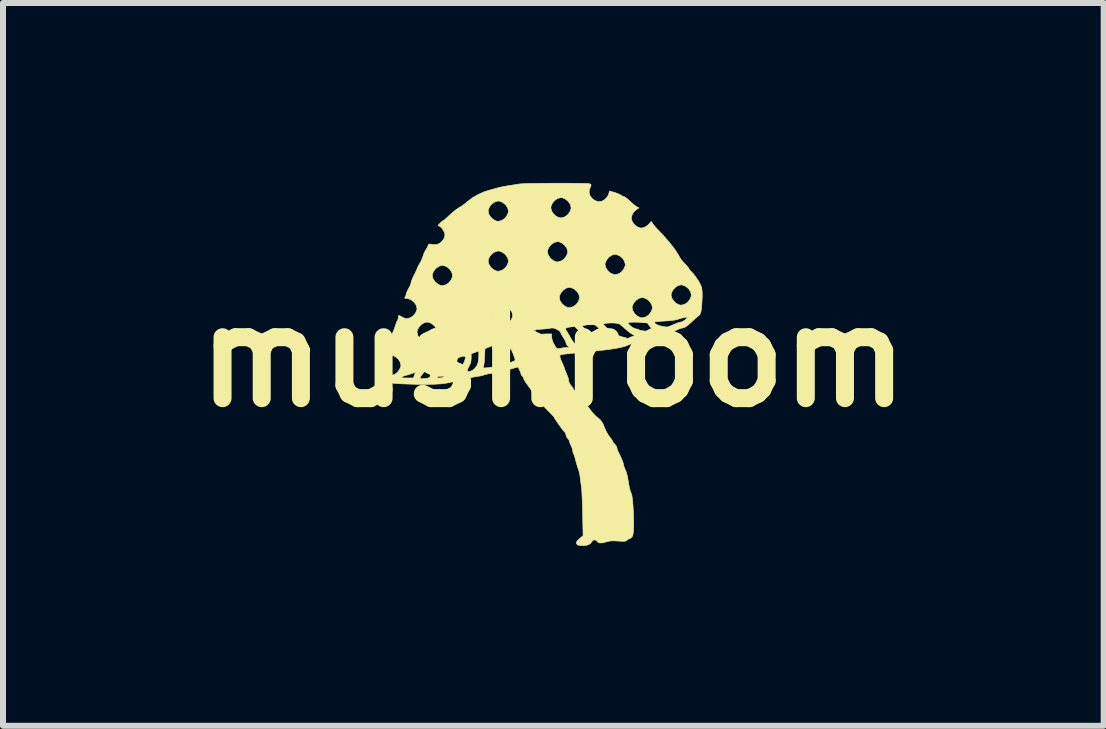
<source format=kicad_pcb>
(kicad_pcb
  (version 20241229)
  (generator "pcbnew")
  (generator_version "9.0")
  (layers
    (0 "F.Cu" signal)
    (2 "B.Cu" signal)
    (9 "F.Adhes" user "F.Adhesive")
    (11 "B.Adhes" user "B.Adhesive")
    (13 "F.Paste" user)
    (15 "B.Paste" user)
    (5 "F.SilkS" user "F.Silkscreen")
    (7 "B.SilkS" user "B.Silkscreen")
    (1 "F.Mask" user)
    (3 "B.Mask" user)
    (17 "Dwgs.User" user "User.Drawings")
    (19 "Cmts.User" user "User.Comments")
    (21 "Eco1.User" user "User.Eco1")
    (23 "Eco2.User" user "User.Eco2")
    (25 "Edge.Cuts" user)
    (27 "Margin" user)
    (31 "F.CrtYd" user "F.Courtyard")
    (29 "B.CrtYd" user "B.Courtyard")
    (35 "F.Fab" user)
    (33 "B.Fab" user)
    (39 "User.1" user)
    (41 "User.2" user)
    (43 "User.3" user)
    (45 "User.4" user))
  (footprint "mushroom"
    (layer "F.Cu")
    (at 6.176 2.899)
    (property "Reference" "mushroom" (at 0 0 0) (layer "F.SilkS") (effects (font (size 1.524 1.524) (thickness 0.3))))
    (attr through_hole)
    (fp_poly (pts (xy -0.296 -0.431) (xy -0.304 -0.424) (xy -0.311 -0.431) (xy -0.304 -0.438) (xy -0.296 -0.431)) (stroke (width 0.01) (type solid)) (fill yes) (layer "F.SilkS"))
    (fp_poly (pts (xy 0.231 -2.894) (xy 0.334 -2.893) (xy 0.426 -2.892) (xy 0.503 -2.891) (xy 0.561 -2.889) (xy 0.597 -2.887) (xy 0.604 -2.885) (xy 0.628 -2.872) (xy 0.627 -2.854) (xy 0.615 -2.823) (xy 0.603 -2.795) (xy 0.596 -2.741) (xy 0.611 -2.689) (xy 0.644 -2.642) (xy 0.69 -2.607) (xy 0.744 -2.588) (xy 0.8 -2.59) (xy 0.845 -2.613) (xy 0.887 -2.652) (xy 0.918 -2.698) (xy 0.926 -2.723) (xy 0.935 -2.764) (xy 1.015 -2.742) (xy 1.065 -2.725) (xy 1.109 -2.706) (xy 1.128 -2.694) (xy 1.159 -2.676) (xy 1.182 -2.668) (xy 1.202 -2.659) (xy 1.234 -2.634) (xy 1.272 -2.599) (xy 1.274 -2.597) (xy 1.317 -2.557) (xy 1.358 -2.524) (xy 1.388 -2.504) (xy 1.429 -2.482) (xy 1.386 -2.456) (xy 1.342 -2.417) (xy 1.311 -2.365) (xy 1.299 -2.313) (xy 1.312 -2.261) (xy 1.345 -2.212) (xy 1.391 -2.172) (xy 1.443 -2.149) (xy 1.468 -2.146) (xy 1.518 -2.158) (xy 1.568 -2.188) (xy 1.607 -2.227) (xy 1.627 -2.252) (xy 1.637 -2.255) (xy 1.645 -2.239) (xy 1.646 -2.238) (xy 1.66 -2.215) (xy 1.689 -2.179) (xy 1.726 -2.137) (xy 1.738 -2.125) (xy 1.855 -2) (xy 1.951 -1.888) (xy 2.028 -1.787) (xy 2.088 -1.694) (xy 2.106 -1.659) (xy 2.13 -1.624) (xy 2.165 -1.581) (xy 2.195 -1.549) (xy 2.228 -1.514) (xy 2.251 -1.486) (xy 2.259 -1.472) (xy 2.269 -1.454) (xy 2.289 -1.432) (xy 2.33 -1.389) (xy 2.374 -1.332) (xy 2.416 -1.27) (xy 2.449 -1.213) (xy 2.465 -1.177) (xy 2.476 -1.134) (xy 2.481 -1.081) (xy 2.482 -1.01) (xy 2.48 -0.963) (xy 2.475 -0.87) (xy 2.469 -0.801) (xy 2.461 -0.752) (xy 2.45 -0.718) (xy 2.434 -0.695) (xy 2.417 -0.681) (xy 2.388 -0.658) (xy 2.349 -0.623) (xy 2.31 -0.586) (xy 2.245 -0.527) (xy 2.193 -0.492) (xy 2.152 -0.48) (xy 2.151 -0.48) (xy 2.127 -0.475) (xy 2.089 -0.461) (xy 2.072 -0.453) (xy 2.022 -0.432) (xy 1.973 -0.415) (xy 1.963 -0.411) (xy 1.922 -0.4) (xy 1.868 -0.383) (xy 1.821 -0.369) (xy 1.767 -0.354) (xy 1.695 -0.337) (xy 1.619 -0.32) (xy 1.58 -0.312) (xy 1.436 -0.276) (xy 1.319 -0.228) (xy 1.276 -0.208) (xy 1.234 -0.19) (xy 1.191 -0.175) (xy 1.142 -0.161) (xy 1.087 -0.149) (xy 1.021 -0.137) (xy 0.943 -0.125) (xy 0.848 -0.113) (xy 0.735 -0.101) (xy 0.601 -0.087) (xy 0.443 -0.072) (xy 0.366 -0.064) (xy 0.289 -0.056) (xy 0.22 -0.049) (xy 0.167 -0.042) (xy 0.132 -0.037) (xy 0.124 -0.035) (xy 0.11 -0.022) (xy 0.109 0.002) (xy 0.122 0.043) (xy 0.148 0.104) (xy 0.15 0.107) (xy 0.168 0.149) (xy 0.181 0.179) (xy 0.184 0.19) (xy 0.189 0.209) (xy 0.201 0.241) (xy 0.203 0.245) (xy 0.228 0.305) (xy 0.244 0.345) (xy 0.252 0.374) (xy 0.254 0.396) (xy 0.254 0.4) (xy 0.263 0.43) (xy 0.285 0.467) (xy 0.296 0.481) (xy 0.321 0.513) (xy 0.336 0.538) (xy 0.338 0.544) (xy 0.348 0.559) (xy 0.372 0.591) (xy 0.408 0.633) (xy 0.442 0.671) (xy 0.495 0.731) (xy 0.549 0.796) (xy 0.596 0.857) (xy 0.614 0.881) (xy 0.652 0.93) (xy 0.69 0.972) (xy 0.721 1.001) (xy 0.727 1.004) (xy 0.783 1.05) (xy 0.828 1.117) (xy 0.858 1.191) (xy 0.884 1.249) (xy 0.918 1.308) (xy 0.936 1.332) (xy 0.965 1.369) (xy 0.983 1.398) (xy 0.988 1.411) (xy 0.998 1.43) (xy 1.022 1.455) (xy 1.024 1.457) (xy 1.048 1.486) (xy 1.059 1.514) (xy 1.059 1.515) (xy 1.066 1.547) (xy 1.079 1.579) (xy 1.107 1.634) (xy 1.133 1.692) (xy 1.155 1.745) (xy 1.169 1.786) (xy 1.172 1.803) (xy 1.178 1.832) (xy 1.194 1.871) (xy 1.201 1.885) (xy 1.219 1.931) (xy 1.234 1.989) (xy 1.242 2.033) (xy 1.254 2.112) (xy 1.269 2.183) (xy 1.283 2.239) (xy 1.297 2.276) (xy 1.302 2.283) (xy 1.308 2.304) (xy 1.315 2.349) (xy 1.322 2.41) (xy 1.328 2.485) (xy 1.333 2.567) (xy 1.337 2.651) (xy 1.339 2.732) (xy 1.339 2.804) (xy 1.338 2.848) (xy 1.334 2.915) (xy 1.328 2.961) (xy 1.318 2.991) (xy 1.307 3.007) (xy 1.282 3.028) (xy 1.263 3.036) (xy 1.241 3.045) (xy 1.227 3.058) (xy 1.214 3.069) (xy 1.192 3.075) (xy 1.157 3.076) (xy 1.101 3.073) (xy 1.079 3.072) (xy 1.005 3.068) (xy 0.95 3.07) (xy 0.906 3.079) (xy 0.888 3.084) (xy 0.818 3.103) (xy 0.767 3.103) (xy 0.735 3.084) (xy 0.731 3.078) (xy 0.703 3.054) (xy 0.672 3.053) (xy 0.646 3.074) (xy 0.642 3.081) (xy 0.619 3.112) (xy 0.593 3.13) (xy 0.556 3.142) (xy 0.507 3.147) (xy 0.457 3.147) (xy 0.417 3.141) (xy 0.398 3.132) (xy 0.383 3.109) (xy 0.388 3.084) (xy 0.414 3.053) (xy 0.439 3.031) (xy 0.496 2.982) (xy 0.489 2.624) (xy 0.487 2.52) (xy 0.483 2.419) (xy 0.479 2.328) (xy 0.475 2.25) (xy 0.471 2.193) (xy 0.468 2.167) (xy 0.459 2.102) (xy 0.45 2.035) (xy 0.445 1.991) (xy 0.436 1.938) (xy 0.423 1.89) (xy 0.416 1.871) (xy 0.403 1.835) (xy 0.388 1.784) (xy 0.373 1.73) (xy 0.36 1.679) (xy 0.347 1.639) (xy 0.337 1.618) (xy 0.337 1.617) (xy 0.327 1.594) (xy 0.325 1.571) (xy 0.318 1.538) (xy 0.303 1.495) (xy 0.296 1.482) (xy 0.279 1.444) (xy 0.269 1.414) (xy 0.268 1.408) (xy 0.259 1.384) (xy 0.24 1.362) (xy 0.218 1.332) (xy 0.212 1.306) (xy 0.202 1.272) (xy 0.19 1.256) (xy 0.173 1.238) (xy 0.146 1.203) (xy 0.114 1.16) (xy 0.08 1.113) (xy 0.049 1.068) (xy 0.026 1.033) (xy 0.015 1.012) (xy 0.014 1.01) (xy 0.005 0.996) (xy -0.021 0.968) (xy -0.06 0.928) (xy -0.107 0.88) (xy -0.109 0.878) (xy -0.167 0.818) (xy -0.225 0.752) (xy -0.275 0.689) (xy -0.303 0.649) (xy -0.344 0.589) (xy -0.389 0.525) (xy -0.428 0.471) (xy -0.434 0.463) (xy -0.464 0.421) (xy -0.485 0.385) (xy -0.494 0.363) (xy -0.494 0.363) (xy -0.504 0.337) (xy -0.515 0.325) (xy -0.533 0.304) (xy -0.537 0.293) (xy -0.542 0.275) (xy -0.554 0.242) (xy -0.57 0.206) (xy -0.583 0.178) (xy -0.587 0.172) (xy -0.601 0.173) (xy -0.634 0.181) (xy -0.666 0.191) (xy -0.758 0.217) (xy -0.854 0.242) (xy -0.944 0.261) (xy -1.019 0.274) (xy -1.032 0.276) (xy -1.086 0.284) (xy -1.138 0.297) (xy -1.158 0.303) (xy -1.2 0.315) (xy -1.256 0.326) (xy -1.291 0.331) (xy -1.34 0.339) (xy -1.379 0.348) (xy -1.397 0.354) (xy -1.42 0.363) (xy -1.464 0.374) (xy -1.518 0.385) (xy -1.532 0.387) (xy -1.595 0.4) (xy -1.657 0.412) (xy -1.705 0.423) (xy -1.708 0.424) (xy -1.785 0.439) (xy -1.876 0.451) (xy -1.985 0.457) (xy -2.114 0.46) (xy -2.266 0.459) (xy -2.34 0.457) (xy -2.434 0.454) (xy -2.517 0.451) (xy -2.587 0.447) (xy -2.639 0.443) (xy -2.67 0.44) (xy -2.676 0.438) (xy -2.692 0.433) (xy -2.728 0.432) (xy -2.774 0.434) (xy -2.829 0.437) (xy -2.868 0.433) (xy -2.895 0.419) (xy -2.911 0.391) (xy -2.917 0.354) (xy -2.224 0.354) (xy -2.221 0.364) (xy -2.201 0.366) (xy -2.159 0.365) (xy -2.152 0.364) (xy -2.094 0.357) (xy -2.068 0.345) (xy -1.939 0.345) (xy -1.92 0.352) (xy -1.908 0.353) (xy -1.867 0.35) (xy -1.841 0.345) (xy -1.815 0.325) (xy -1.798 0.298) (xy -1.676 0.298) (xy -1.655 0.301) (xy -1.62 0.295) (xy -1.581 0.288) (xy -1.554 0.284) (xy -1.55 0.283) (xy -1.542 0.27) (xy -1.539 0.241) (xy -1.436 0.241) (xy -1.426 0.249) (xy -1.397 0.246) (xy -1.394 0.245) (xy -1.35 0.227) (xy -1.307 0.192) (xy -1.304 0.189) (xy -1.299 0.182) (xy -1.173 0.182) (xy -1.162 0.186) (xy -1.132 0.185) (xy -1.079 0.18) (xy -1.076 0.18) (xy -1.023 0.173) (xy -0.982 0.165) (xy -0.96 0.159) (xy -0.959 0.158) (xy -0.941 0.121) (xy -0.93 0.064) (xy -0.925 -0.007) (xy -0.926 -0.086) (xy -0.935 -0.165) (xy -0.94 -0.196) (xy -0.948 -0.219) (xy -0.96 -0.217) (xy -0.972 -0.206) (xy -0.997 -0.189) (xy -1.01 -0.184) (xy -1.03 -0.179) (xy -1.066 -0.166) (xy -1.082 -0.159) (xy -1.14 -0.135) (xy -1.147 0.009) (xy -1.151 0.072) (xy -1.157 0.125) (xy -1.164 0.161) (xy -1.169 0.173) (xy -1.173 0.182) (xy -1.299 0.182) (xy -1.273 0.145) (xy -1.253 0.092) (xy -1.244 0.022) (xy -1.243 -0.031) (xy -1.242 -0.097) (xy -1.306 -0.074) (xy -1.37 -0.05) (xy -1.37 0.026) (xy -1.377 0.096) (xy -1.396 0.139) (xy -1.418 0.179) (xy -1.431 0.215) (xy -1.436 0.241) (xy -1.539 0.241) (xy -1.539 0.24) (xy -1.539 0.236) (xy -1.532 0.197) (xy -1.515 0.148) (xy -1.504 0.124) (xy -1.483 0.079) (xy -1.47 0.037) (xy -1.468 0.021) (xy -1.471 -0.004) (xy -1.484 -0.011) (xy -1.514 -0.007) (xy -1.562 0.006) (xy -1.591 0.022) (xy -1.605 0.048) (xy -1.609 0.092) (xy -1.61 0.125) (xy -1.611 0.179) (xy -1.616 0.213) (xy -1.629 0.237) (xy -1.645 0.254) (xy -1.672 0.283) (xy -1.676 0.298) (xy -1.798 0.298) (xy -1.789 0.284) (xy -1.782 0.27) (xy -1.761 0.228) (xy -1.74 0.195) (xy -1.731 0.185) (xy -1.715 0.156) (xy -1.708 0.112) (xy -1.71 0.078) (xy -1.718 0.065) (xy -1.74 0.067) (xy -1.752 0.071) (xy -1.814 0.092) (xy -1.854 0.113) (xy -1.878 0.141) (xy -1.891 0.17) (xy -1.901 0.213) (xy -1.906 0.248) (xy -1.906 0.251) (xy -1.911 0.279) (xy -1.918 0.288) (xy -1.932 0.307) (xy -1.938 0.325) (xy -1.939 0.345) (xy -2.068 0.345) (xy -2.063 0.343) (xy -2.06 0.339) (xy -2.037 0.29) (xy -2.016 0.236) (xy -2.003 0.19) (xy -2.002 0.183) (xy -1.996 0.147) (xy -2.057 0.167) (xy -2.093 0.181) (xy -2.115 0.194) (xy -2.118 0.199) (xy -2.126 0.216) (xy -2.148 0.245) (xy -2.158 0.257) (xy -2.188 0.294) (xy -2.212 0.329) (xy -2.215 0.336) (xy -2.224 0.354) (xy -2.917 0.354) (xy -2.919 0.344) (xy -2.919 0.343) (xy -2.531 0.343) (xy -2.528 0.349) (xy -2.506 0.352) (xy -2.462 0.353) (xy -2.44 0.353) (xy -2.332 0.353) (xy -2.317 0.309) (xy -2.306 0.277) (xy -2.301 0.261) (xy -2.301 0.26) (xy -2.313 0.263) (xy -2.344 0.273) (xy -2.375 0.284) (xy -2.42 0.299) (xy -2.457 0.309) (xy -2.471 0.311) (xy -2.498 0.32) (xy -2.519 0.332) (xy -2.531 0.343) (xy -2.919 0.343) (xy -2.922 0.276) (xy -2.922 0.213) (xy -2.921 0.141) (xy -2.88 0.141) (xy -2.868 0.193) (xy -2.835 0.243) (xy -2.79 0.284) (xy -2.738 0.307) (xy -2.714 0.311) (xy -2.678 0.304) (xy -2.639 0.289) (xy -2.596 0.255) (xy -2.562 0.207) (xy -2.543 0.157) (xy -2.542 0.141) (xy -2.554 0.087) (xy -2.588 0.037) (xy -2.635 -0.003) (xy -2.689 -0.026) (xy -2.714 -0.028) (xy -2.765 -0.015) (xy -2.814 0.018) (xy -2.854 0.064) (xy -2.877 0.116) (xy -2.88 0.141) (xy -2.921 0.141) (xy -2.92 0.114) (xy -2.912 0.037) (xy -2.897 -0.021) (xy -2.875 -0.066) (xy -2.843 -0.102) (xy -2.841 -0.104) (xy -2.818 -0.137) (xy -2.803 -0.185) (xy -2.802 -0.192) (xy -2.793 -0.224) (xy -0.835 -0.224) (xy -0.834 -0.18) (xy -0.829 -0.124) (xy -0.825 -0.057) (xy -0.823 0.005) (xy -0.824 0.055) (xy -0.825 0.067) (xy -0.827 0.104) (xy -0.824 0.125) (xy -0.821 0.127) (xy -0.803 0.123) (xy -0.766 0.112) (xy -0.723 0.098) (xy -0.678 0.081) (xy -0.647 0.067) (xy -0.635 0.058) (xy -0.64 0.038) (xy -0.652 0.001) (xy -0.667 -0.041) (xy -0.682 -0.079) (xy -0.694 -0.104) (xy -0.697 -0.108) (xy -0.702 -0.127) (xy -0.705 -0.164) (xy -0.706 -0.198) (xy -0.705 -0.244) (xy -0.7 -0.269) (xy -0.688 -0.281) (xy -0.667 -0.287) (xy -0.635 -0.294) (xy -0.585 -0.304) (xy -0.526 -0.315) (xy -0.515 -0.317) (xy -0.445 -0.332) (xy -0.371 -0.347) (xy -0.309 -0.361) (xy -0.241 -0.372) (xy -0.167 -0.379) (xy -0.122 -0.381) (xy -0.028 -0.381) (xy -0.028 -0.331) (xy -0.019 -0.278) (xy 0.006 -0.216) (xy 0.042 -0.158) (xy 0.046 -0.153) (xy 0.064 -0.138) (xy 0.091 -0.136) (xy 0.121 -0.142) (xy 0.172 -0.151) (xy 0.221 -0.155) (xy 0.226 -0.155) (xy 0.257 -0.156) (xy 0.264 -0.161) (xy 0.249 -0.173) (xy 0.243 -0.177) (xy 0.219 -0.204) (xy 0.212 -0.228) (xy 0.204 -0.255) (xy 0.184 -0.294) (xy 0.169 -0.318) (xy 0.146 -0.355) (xy 0.13 -0.383) (xy 0.127 -0.392) (xy 0.115 -0.418) (xy 0.084 -0.444) (xy 0.055 -0.459) (xy 0.202 -0.459) (xy 0.208 -0.449) (xy 0.224 -0.425) (xy 0.246 -0.389) (xy 0.251 -0.38) (xy 0.275 -0.338) (xy 0.296 -0.3) (xy 0.299 -0.295) (xy 0.32 -0.263) (xy 0.351 -0.225) (xy 0.36 -0.215) (xy 0.383 -0.191) (xy 0.403 -0.178) (xy 0.428 -0.173) (xy 0.468 -0.175) (xy 0.501 -0.178) (xy 0.551 -0.183) (xy 0.59 -0.188) (xy 0.609 -0.192) (xy 0.61 -0.193) (xy 0.612 -0.209) (xy 0.596 -0.242) (xy 0.561 -0.289) (xy 0.51 -0.348) (xy 0.467 -0.393) (xy 0.355 -0.508) (xy 0.292 -0.499) (xy 0.236 -0.489) (xy 0.207 -0.476) (xy 0.202 -0.459) (xy 0.055 -0.459) (xy 0.042 -0.466) (xy 0.000342 -0.48) (xy -0.034 -0.48) (xy -0.036 -0.48) (xy -0.063 -0.474) (xy -0.109 -0.468) (xy -0.168 -0.463) (xy -0.196 -0.461) (xy -0.272 -0.455) (xy -0.322 -0.446) (xy -0.35 -0.433) (xy -0.352 -0.432) (xy -0.384 -0.415) (xy -0.418 -0.409) (xy -0.461 -0.404) (xy -0.521 -0.389) (xy -0.588 -0.368) (xy -0.655 -0.344) (xy -0.713 -0.32) (xy -0.755 -0.297) (xy -0.763 -0.291) (xy -0.795 -0.268) (xy -0.82 -0.255) (xy -0.824 -0.254) (xy -0.832 -0.247) (xy -0.835 -0.224) (xy -2.793 -0.224) (xy -2.788 -0.242) (xy -2.761 -0.276) (xy -2.752 -0.284) (xy -2.724 -0.309) (xy -2.711 -0.333) (xy -2.711 -0.335) (xy -2.702 -0.364) (xy -2.691 -0.38) (xy -2.678 -0.404) (xy -2.675 -0.409) (xy -2.273 -0.409) (xy -2.261 -0.357) (xy -2.228 -0.307) (xy -2.183 -0.267) (xy -2.131 -0.243) (xy -2.107 -0.24) (xy -2.071 -0.247) (xy -2.032 -0.262) (xy -1.989 -0.296) (xy -1.954 -0.343) (xy -1.936 -0.394) (xy -1.934 -0.409) (xy -1.947 -0.463) (xy -1.981 -0.514) (xy -1.982 -0.514) (xy 0.477 -0.514) (xy 0.554 -0.44) (xy 0.596 -0.401) (xy 0.634 -0.367) (xy 0.66 -0.345) (xy 0.662 -0.344) (xy 0.685 -0.319) (xy 0.692 -0.297) (xy 0.704 -0.268) (xy 0.733 -0.239) (xy 0.769 -0.218) (xy 0.796 -0.213) (xy 0.824 -0.216) (xy 0.87 -0.221) (xy 0.927 -0.229) (xy 0.946 -0.231) (xy 1.066 -0.248) (xy 0.983 -0.289) (xy 0.924 -0.321) (xy 0.873 -0.354) (xy 0.837 -0.384) (xy 0.82 -0.406) (xy 0.819 -0.41) (xy 0.809 -0.426) (xy 0.784 -0.454) (xy 0.754 -0.482) (xy 0.716 -0.516) (xy 0.687 -0.533) (xy 0.657 -0.539) (xy 0.621 -0.538) (xy 0.571 -0.534) (xy 0.527 -0.527) (xy 0.515 -0.524) (xy 0.477 -0.514) (xy -1.982 -0.514) (xy -2.028 -0.554) (xy -2.082 -0.576) (xy -2.107 -0.579) (xy -2.158 -0.566) (xy -2.207 -0.533) (xy -2.247 -0.487) (xy -2.27 -0.435) (xy -2.273 -0.409) (xy -2.675 -0.409) (xy -2.66 -0.446) (xy -2.641 -0.498) (xy -2.64 -0.501) (xy -2.623 -0.551) (xy -2.608 -0.591) (xy -2.597 -0.613) (xy -2.596 -0.613) (xy -2.586 -0.637) (xy -2.584 -0.659) (xy -2.582 -0.683) (xy -2.574 -0.69) (xy -2.553 -0.681) (xy -2.524 -0.664) (xy -2.485 -0.645) (xy -2.449 -0.636) (xy -2.445 -0.635) (xy -2.391 -0.648) (xy -2.34 -0.681) (xy -2.33 -0.692) (xy -1.017 -0.692) (xy -1.004 -0.64) (xy -0.971 -0.59) (xy -0.926 -0.549) (xy -0.875 -0.526) (xy -0.85 -0.522) (xy -0.814 -0.529) (xy -0.775 -0.544) (xy -0.77 -0.548) (xy 0.826 -0.548) (xy 0.883 -0.489) (xy 0.942 -0.437) (xy 1.013 -0.39) (xy 1.085 -0.353) (xy 1.15 -0.331) (xy 1.157 -0.33) (xy 1.195 -0.322) (xy 1.219 -0.312) (xy 1.222 -0.309) (xy 1.239 -0.305) (xy 1.254 -0.311) (xy 1.284 -0.326) (xy 1.32 -0.34) (xy 1.362 -0.355) (xy 1.32 -0.374) (xy 1.288 -0.394) (xy 1.246 -0.426) (xy 1.205 -0.461) (xy 1.164 -0.498) (xy 1.127 -0.529) (xy 1.103 -0.547) (xy 1.071 -0.557) (xy 1.021 -0.563) (xy 0.962 -0.565) (xy 0.903 -0.562) (xy 0.866 -0.557) (xy 0.826 -0.548) (xy -0.77 -0.548) (xy -0.746 -0.567) (xy 1.242 -0.567) (xy 1.254 -0.547) (xy 1.281 -0.519) (xy 1.317 -0.492) (xy 1.351 -0.473) (xy 1.374 -0.466) (xy 1.406 -0.461) (xy 1.42 -0.453) (xy 1.443 -0.443) (xy 1.486 -0.434) (xy 1.538 -0.428) (xy 1.591 -0.425) (xy 1.634 -0.427) (xy 1.656 -0.431) (xy 1.664 -0.441) (xy 1.652 -0.461) (xy 1.631 -0.484) (xy 1.602 -0.516) (xy 1.582 -0.544) (xy 1.579 -0.551) (xy 1.57 -0.56) (xy 1.548 -0.567) (xy 1.509 -0.572) (xy 1.448 -0.575) (xy 1.407 -0.577) (xy 1.333 -0.578) (xy 1.279 -0.576) (xy 1.249 -0.572) (xy 1.242 -0.567) (xy -0.746 -0.567) (xy -0.732 -0.578) (xy -0.732 -0.579) (xy 1.687 -0.579) (xy 1.69 -0.561) (xy 1.715 -0.541) (xy 1.756 -0.523) (xy 1.8 -0.511) (xy 1.853 -0.501) (xy 1.887 -0.497) (xy 1.913 -0.5) (xy 1.941 -0.51) (xy 1.966 -0.52) (xy 2.03 -0.548) (xy 2.074 -0.565) (xy 2.103 -0.575) (xy 2.123 -0.579) (xy 2.13 -0.579) (xy 2.155 -0.588) (xy 2.189 -0.61) (xy 2.203 -0.621) (xy 2.252 -0.663) (xy 2.188 -0.655) (xy 2.137 -0.645) (xy 2.089 -0.63) (xy 2.079 -0.626) (xy 2.043 -0.616) (xy 1.986 -0.607) (xy 1.913 -0.6) (xy 1.863 -0.597) (xy 1.797 -0.593) (xy 1.742 -0.588) (xy 1.703 -0.583) (xy 1.687 -0.579) (xy 1.687 -0.579) (xy -0.732 -0.579) (xy -0.698 -0.626) (xy -0.679 -0.676) (xy -0.678 -0.692) (xy -0.691 -0.746) (xy -0.724 -0.796) (xy -0.751 -0.819) (xy 1.313 -0.819) (xy 1.326 -0.767) (xy 1.358 -0.717) (xy 1.404 -0.676) (xy 1.455 -0.653) (xy 1.48 -0.65) (xy 1.515 -0.656) (xy 1.554 -0.671) (xy 1.597 -0.705) (xy 1.632 -0.753) (xy 1.65 -0.803) (xy 1.652 -0.819) (xy 1.639 -0.873) (xy 1.605 -0.923) (xy 1.558 -0.963) (xy 1.504 -0.986) (xy 1.48 -0.988) (xy 1.428 -0.976) (xy 1.379 -0.942) (xy 1.339 -0.896) (xy 1.316 -0.844) (xy 1.313 -0.819) (xy -0.751 -0.819) (xy -0.772 -0.836) (xy -0.826 -0.859) (xy -0.85 -0.861) (xy -0.901 -0.848) (xy -0.95 -0.815) (xy -0.99 -0.769) (xy -1.013 -0.717) (xy -1.017 -0.692) (xy -2.33 -0.692) (xy -2.299 -0.728) (xy -2.276 -0.781) (xy -2.273 -0.805) (xy -2.286 -0.86) (xy -2.321 -0.91) (xy -2.37 -0.95) (xy -2.426 -0.972) (xy -2.452 -0.974) (xy -2.477 -0.977) (xy -2.478 -0.986) (xy -2.476 -0.988) (xy 0.099 -0.988) (xy 0.111 -0.936) (xy 0.144 -0.886) (xy 0.189 -0.846) (xy 0.241 -0.822) (xy 0.265 -0.819) (xy 0.301 -0.825) (xy 0.34 -0.841) (xy 0.383 -0.875) (xy 0.418 -0.922) (xy 0.436 -0.973) (xy 0.438 -0.988) (xy 0.427 -1.031) (xy 1.963 -1.031) (xy 1.975 -0.979) (xy 2.008 -0.929) (xy 2.053 -0.888) (xy 2.104 -0.865) (xy 2.129 -0.861) (xy 2.165 -0.868) (xy 2.204 -0.883) (xy 2.247 -0.917) (xy 2.281 -0.964) (xy 2.3 -1.015) (xy 2.301 -1.031) (xy 2.288 -1.084) (xy 2.255 -1.135) (xy 2.207 -1.175) (xy 2.153 -1.197) (xy 2.129 -1.2) (xy 2.078 -1.187) (xy 2.029 -1.154) (xy 1.989 -1.108) (xy 1.966 -1.056) (xy 1.963 -1.031) (xy 0.427 -1.031) (xy 0.425 -1.042) (xy 0.391 -1.093) (xy 0.344 -1.133) (xy 0.29 -1.155) (xy 0.265 -1.158) (xy 0.214 -1.145) (xy 0.165 -1.112) (xy 0.125 -1.066) (xy 0.102 -1.014) (xy 0.099 -0.988) (xy -2.476 -0.988) (xy -2.474 -0.991) (xy -2.459 -1.019) (xy -2.456 -1.037) (xy -2.449 -1.065) (xy -2.431 -1.106) (xy -2.414 -1.137) (xy -2.391 -1.18) (xy -2.376 -1.218) (xy -2.372 -1.236) (xy -2.366 -1.262) (xy -2.349 -1.305) (xy -2.326 -1.354) (xy -2.325 -1.355) (xy -2.019 -1.355) (xy -2.007 -1.303) (xy -1.974 -1.253) (xy -1.928 -1.213) (xy -1.877 -1.189) (xy -1.852 -1.186) (xy -1.817 -1.193) (xy -1.778 -1.208) (xy -1.735 -1.242) (xy -1.7 -1.289) (xy -1.682 -1.34) (xy -1.68 -1.355) (xy -1.693 -1.409) (xy -1.727 -1.46) (xy -1.774 -1.5) (xy -1.828 -1.522) (xy -1.852 -1.525) (xy -1.904 -1.512) (xy -1.953 -1.479) (xy -1.993 -1.433) (xy -2.016 -1.381) (xy -2.019 -1.355) (xy -2.325 -1.355) (xy -2.325 -1.356) (xy -2.299 -1.406) (xy -2.279 -1.451) (xy -2.267 -1.48) (xy -2.267 -1.48) (xy -2.252 -1.514) (xy -2.229 -1.554) (xy -2.225 -1.56) (xy -2.206 -1.595) (xy -1.087 -1.595) (xy -1.075 -1.543) (xy -1.042 -1.493) (xy -0.997 -1.453) (xy -0.945 -1.429) (xy -0.921 -1.426) (xy -0.885 -1.433) (xy -0.846 -1.448) (xy -0.803 -1.482) (xy -0.768 -1.529) (xy -0.765 -1.539) (xy 0.861 -1.539) (xy 0.874 -1.487) (xy 0.906 -1.437) (xy 0.952 -1.396) (xy 1.003 -1.373) (xy 1.028 -1.37) (xy 1.063 -1.376) (xy 1.103 -1.391) (xy 1.146 -1.425) (xy 1.18 -1.473) (xy 1.199 -1.523) (xy 1.2 -1.539) (xy 1.187 -1.593) (xy 1.154 -1.643) (xy 1.106 -1.683) (xy 1.052 -1.706) (xy 1.028 -1.708) (xy 0.977 -1.696) (xy 0.927 -1.662) (xy 0.888 -1.616) (xy 0.864 -1.564) (xy 0.861 -1.539) (xy -0.765 -1.539) (xy -0.75 -1.58) (xy -0.748 -1.595) (xy -0.761 -1.649) (xy -0.795 -1.7) (xy -0.842 -1.74) (xy -0.869 -1.751) (xy -0.099 -1.751) (xy -0.086 -1.699) (xy -0.054 -1.649) (xy -0.008 -1.608) (xy 0.043 -1.585) (xy 0.068 -1.581) (xy 0.103 -1.588) (xy 0.143 -1.603) (xy 0.185 -1.637) (xy 0.22 -1.685) (xy 0.238 -1.735) (xy 0.24 -1.751) (xy 0.227 -1.805) (xy 0.193 -1.855) (xy 0.146 -1.895) (xy 0.092 -1.918) (xy 0.068 -1.92) (xy 0.016 -1.907) (xy -0.033 -1.874) (xy -0.073 -1.828) (xy -0.096 -1.776) (xy -0.099 -1.751) (xy -0.869 -1.751) (xy -0.896 -1.762) (xy -0.921 -1.765) (xy -0.972 -1.752) (xy -1.021 -1.719) (xy -1.061 -1.673) (xy -1.084 -1.621) (xy -1.087 -1.595) (xy -2.206 -1.595) (xy -2.201 -1.604) (xy -2.18 -1.657) (xy -2.174 -1.675) (xy -2.157 -1.726) (xy -2.133 -1.773) (xy -2.124 -1.787) (xy -2.102 -1.823) (xy -2.088 -1.854) (xy -2.087 -1.857) (xy -2.082 -1.873) (xy -2.07 -1.879) (xy -2.045 -1.879) (xy -2 -1.871) (xy -1.989 -1.868) (xy -1.94 -1.872) (xy -1.89 -1.896) (xy -1.847 -1.936) (xy -1.817 -1.985) (xy -1.807 -2.033) (xy -1.818 -2.078) (xy -1.844 -2.126) (xy -1.878 -2.165) (xy -1.893 -2.175) (xy -1.923 -2.191) (xy -1.884 -2.232) (xy -1.856 -2.258) (xy -1.836 -2.272) (xy -1.833 -2.273) (xy -1.818 -2.282) (xy -1.789 -2.307) (xy -1.75 -2.343) (xy -1.726 -2.366) (xy -1.676 -2.411) (xy -1.654 -2.428) (xy -1.087 -2.428) (xy -1.075 -2.376) (xy -1.042 -2.326) (xy -0.997 -2.286) (xy -0.945 -2.262) (xy -0.921 -2.259) (xy -0.885 -2.266) (xy -0.846 -2.281) (xy -0.803 -2.315) (xy -0.768 -2.362) (xy -0.75 -2.413) (xy -0.748 -2.428) (xy -0.761 -2.482) (xy -0.763 -2.485) (xy -0.042 -2.485) (xy -0.03 -2.433) (xy 0.003 -2.383) (xy 0.048 -2.342) (xy 0.099 -2.319) (xy 0.124 -2.316) (xy 0.16 -2.322) (xy 0.199 -2.337) (xy 0.242 -2.371) (xy 0.276 -2.419) (xy 0.295 -2.469) (xy 0.296 -2.485) (xy 0.284 -2.539) (xy 0.25 -2.589) (xy 0.203 -2.629) (xy 0.149 -2.652) (xy 0.124 -2.654) (xy 0.073 -2.642) (xy 0.024 -2.608) (xy -0.016 -2.562) (xy -0.039 -2.51) (xy -0.042 -2.485) (xy -0.763 -2.485) (xy -0.795 -2.533) (xy -0.842 -2.573) (xy -0.896 -2.595) (xy -0.921 -2.598) (xy -0.972 -2.585) (xy -1.021 -2.552) (xy -1.061 -2.506) (xy -1.084 -2.454) (xy -1.087 -2.428) (xy -1.654 -2.428) (xy -1.624 -2.452) (xy -1.581 -2.482) (xy -1.568 -2.489) (xy -1.524 -2.516) (xy -1.473 -2.553) (xy -1.431 -2.589) (xy -1.351 -2.65) (xy -1.254 -2.706) (xy -1.151 -2.752) (xy -1.085 -2.773) (xy -1.025 -2.79) (xy -0.962 -2.807) (xy -0.939 -2.814) (xy -0.889 -2.827) (xy -0.825 -2.84) (xy -0.759 -2.851) (xy -0.755 -2.852) (xy -0.689 -2.862) (xy -0.622 -2.872) (xy -0.568 -2.881) (xy -0.566 -2.882) (xy -0.535 -2.884) (xy -0.481 -2.887) (xy -0.407 -2.889) (xy -0.318 -2.891) (xy -0.217 -2.892) (xy -0.107 -2.893) (xy 0.006 -2.894) (xy 0.12 -2.894) (xy 0.231 -2.894)) (stroke (width 0.01) (type solid)) (fill yes) (layer "F.SilkS")))
  (gr_rect
    (start -3 -3)
    (end 15.352 9.051)
    (stroke (width 0.1) (type default))
    (fill no)
    (layer "Edge.Cuts")))
</source>
